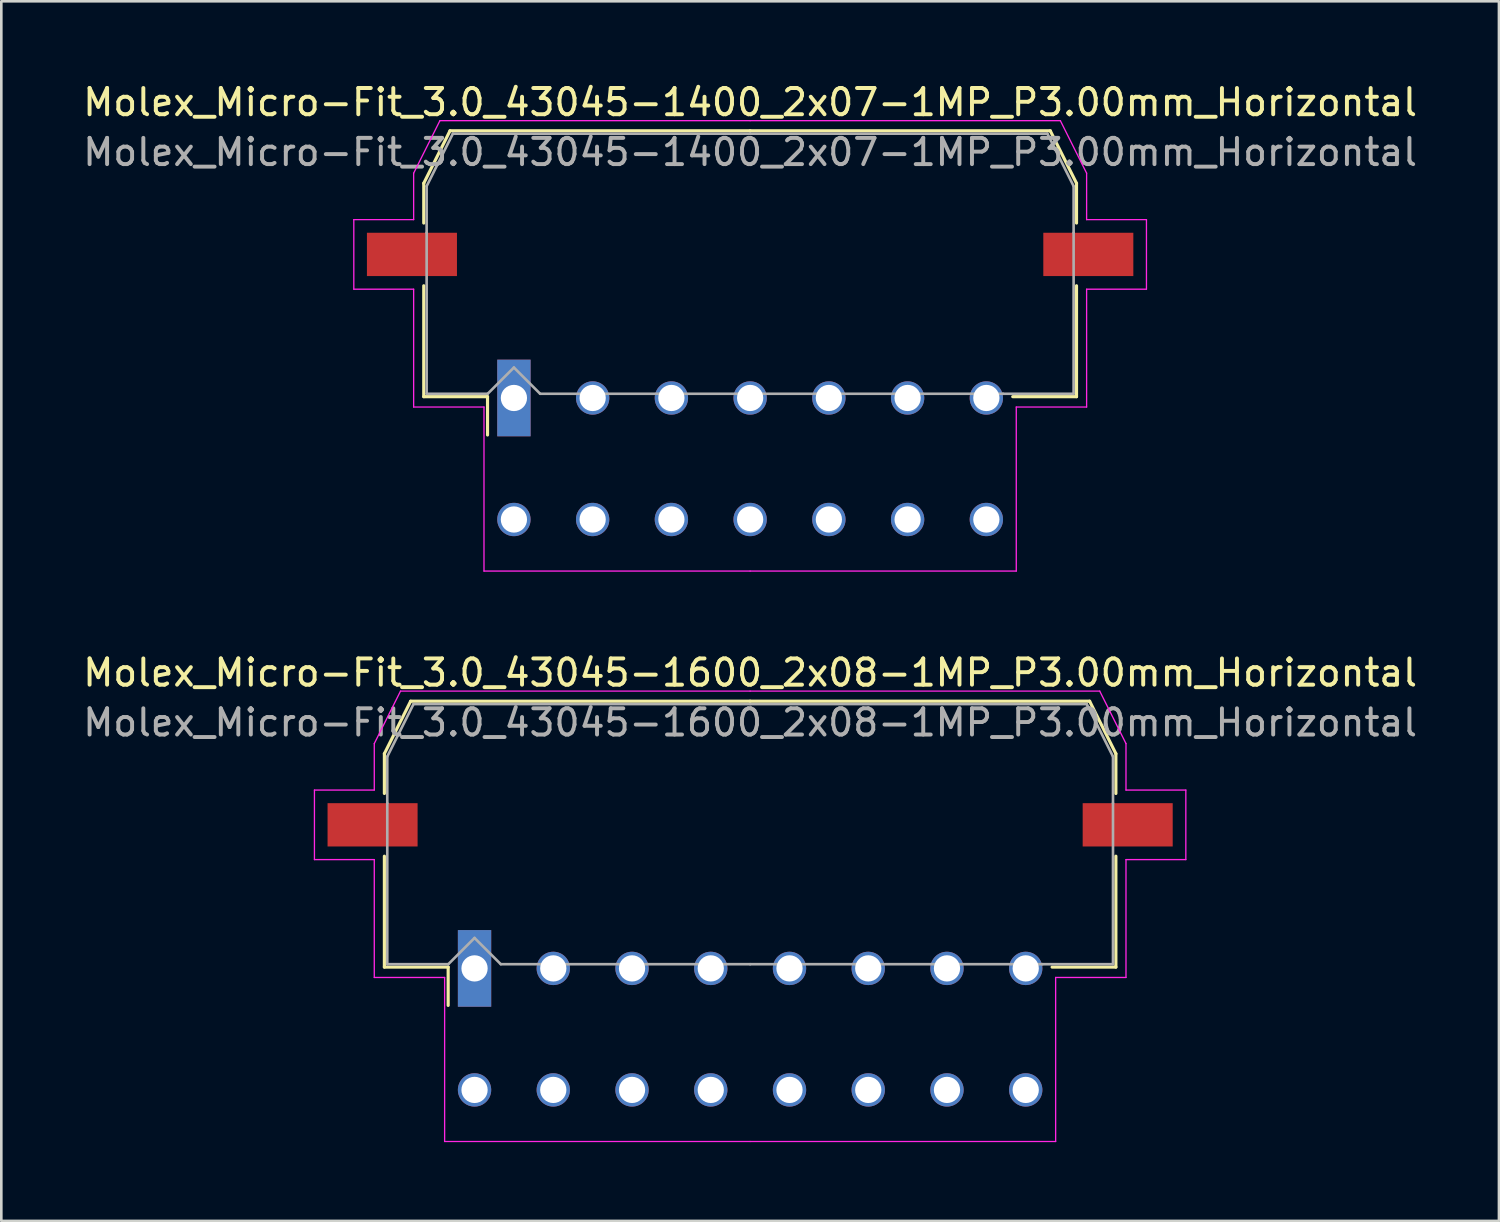
<source format=kicad_pcb>
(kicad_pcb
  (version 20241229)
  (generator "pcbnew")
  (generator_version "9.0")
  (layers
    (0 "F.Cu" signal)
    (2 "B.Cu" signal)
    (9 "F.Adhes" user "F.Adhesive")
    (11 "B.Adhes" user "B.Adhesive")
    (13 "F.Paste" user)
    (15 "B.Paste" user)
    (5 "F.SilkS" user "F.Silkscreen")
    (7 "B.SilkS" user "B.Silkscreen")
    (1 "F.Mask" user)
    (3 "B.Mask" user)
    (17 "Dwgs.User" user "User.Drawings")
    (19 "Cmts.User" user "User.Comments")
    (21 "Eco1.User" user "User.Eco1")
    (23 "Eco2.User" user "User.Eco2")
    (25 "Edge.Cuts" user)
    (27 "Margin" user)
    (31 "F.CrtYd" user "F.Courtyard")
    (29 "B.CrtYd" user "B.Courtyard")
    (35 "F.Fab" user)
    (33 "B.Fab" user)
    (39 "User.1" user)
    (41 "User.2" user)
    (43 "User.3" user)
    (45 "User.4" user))
  (footprint "Molex_Micro-Fit_3.0_43045-1600_2x08-1MP_P3.00mm_Horizontal"
    (layer "F.Cu")
    (at 25.53 36.161)
    (property "Reference" "Molex_Micro-Fit_3.0_43045-1600_2x08-1MP_P3.00mm_Horizontal" (at 0 -13.58 0) (layer "F.SilkS") (effects (font (size 1 1) (thickness 0.15))))
    (attr through_hole)
    (fp_line (start -13.935 -10.495) (end -13.935 -8.98) (stroke (width 0.12) (type solid)) (layer "F.SilkS"))
    (fp_line (start -13.935 -6.59) (end -13.935 -2.365) (stroke (width 0.12) (type solid)) (layer "F.SilkS"))
    (fp_line (start -13.935 -2.365) (end -11.505 -2.365) (stroke (width 0.12) (type solid)) (layer "F.SilkS"))
    (fp_line (start -12.935 -12.495) (end -13.935 -10.495) (stroke (width 0.12) (type solid)) (layer "F.SilkS"))
    (fp_line (start -11.505 -2.365) (end -11.505 -0.905) (stroke (width 0.12) (type solid)) (layer "F.SilkS"))
    (fp_line (start 0 -12.495) (end -12.935 -12.495) (stroke (width 0.12) (type solid)) (layer "F.SilkS"))
    (fp_line (start 0 -12.495) (end 12.935 -12.495) (stroke (width 0.12) (type solid)) (layer "F.SilkS"))
    (fp_line (start 12.935 -12.495) (end 13.935 -10.495) (stroke (width 0.12) (type solid)) (layer "F.SilkS"))
    (fp_line (start 13.935 -10.495) (end 13.935 -8.98) (stroke (width 0.12) (type solid)) (layer "F.SilkS"))
    (fp_line (start 13.935 -6.59) (end 13.935 -2.365) (stroke (width 0.12) (type solid)) (layer "F.SilkS"))
    (fp_line (start 13.935 -2.365) (end 11.505 -2.365) (stroke (width 0.12) (type solid)) (layer "F.SilkS"))
    (fp_line (start -16.6 -9.11) (end -16.6 -6.46) (stroke (width 0.05) (type solid)) (layer "F.CrtYd"))
    (fp_line (start -16.6 -6.46) (end -14.32 -6.46) (stroke (width 0.05) (type solid)) (layer "F.CrtYd"))
    (fp_line (start -14.32 -10.88) (end -14.32 -9.11) (stroke (width 0.05) (type solid)) (layer "F.CrtYd"))
    (fp_line (start -14.32 -9.11) (end -16.6 -9.11) (stroke (width 0.05) (type solid)) (layer "F.CrtYd"))
    (fp_line (start -14.32 -6.46) (end -14.32 -1.97) (stroke (width 0.05) (type solid)) (layer "F.CrtYd"))
    (fp_line (start -14.32 -1.97) (end -11.64 -1.97) (stroke (width 0.05) (type solid)) (layer "F.CrtYd"))
    (fp_line (start -13.32 -12.88) (end -14.32 -10.88) (stroke (width 0.05) (type solid)) (layer "F.CrtYd"))
    (fp_line (start -11.64 -1.97) (end -11.64 4.28) (stroke (width 0.05) (type solid)) (layer "F.CrtYd"))
    (fp_line (start -11.64 4.28) (end 0 4.28) (stroke (width 0.05) (type solid)) (layer "F.CrtYd"))
    (fp_line (start 0 -12.88) (end -13.32 -12.88) (stroke (width 0.05) (type solid)) (layer "F.CrtYd"))
    (fp_line (start 0 -12.88) (end 13.32 -12.88) (stroke (width 0.05) (type solid)) (layer "F.CrtYd"))
    (fp_line (start 11.64 -1.97) (end 11.64 4.28) (stroke (width 0.05) (type solid)) (layer "F.CrtYd"))
    (fp_line (start 11.64 4.28) (end 0 4.28) (stroke (width 0.05) (type solid)) (layer "F.CrtYd"))
    (fp_line (start 13.32 -12.88) (end 14.32 -10.88) (stroke (width 0.05) (type solid)) (layer "F.CrtYd"))
    (fp_line (start 14.32 -10.88) (end 14.32 -9.11) (stroke (width 0.05) (type solid)) (layer "F.CrtYd"))
    (fp_line (start 14.32 -9.11) (end 16.6 -9.11) (stroke (width 0.05) (type solid)) (layer "F.CrtYd"))
    (fp_line (start 14.32 -6.46) (end 14.32 -1.97) (stroke (width 0.05) (type solid)) (layer "F.CrtYd"))
    (fp_line (start 14.32 -1.97) (end 11.64 -1.97) (stroke (width 0.05) (type solid)) (layer "F.CrtYd"))
    (fp_line (start 16.6 -9.11) (end 16.6 -6.46) (stroke (width 0.05) (type solid)) (layer "F.CrtYd"))
    (fp_line (start 16.6 -6.46) (end 14.32 -6.46) (stroke (width 0.05) (type solid)) (layer "F.CrtYd"))
    (fp_line (start -13.825 -10.385) (end -13.825 -8.61) (stroke (width 0.1) (type solid)) (layer "F.Fab"))
    (fp_line (start -13.825 -8.61) (end -13.825 -2.475) (stroke (width 0.1) (type solid)) (layer "F.Fab"))
    (fp_line (start -13.825 -2.475) (end -11.5 -2.475) (stroke (width 0.1) (type solid)) (layer "F.Fab"))
    (fp_line (start -12.825 -12.385) (end -13.825 -10.385) (stroke (width 0.1) (type solid)) (layer "F.Fab"))
    (fp_line (start -11.5 -2.475) (end -10.5 -3.475) (stroke (width 0.1) (type solid)) (layer "F.Fab"))
    (fp_line (start -10.5 -3.475) (end -9.5 -2.475) (stroke (width 0.1) (type solid)) (layer "F.Fab"))
    (fp_line (start -9.5 -2.475) (end 0 -2.475) (stroke (width 0.1) (type solid)) (layer "F.Fab"))
    (fp_line (start 0 -12.385) (end -12.825 -12.385) (stroke (width 0.1) (type solid)) (layer "F.Fab"))
    (fp_line (start 0 -12.385) (end 12.825 -12.385) (stroke (width 0.1) (type solid)) (layer "F.Fab"))
    (fp_line (start 11.135 -2.475) (end 0 -2.475) (stroke (width 0.1) (type solid)) (layer "F.Fab"))
    (fp_line (start 12.825 -12.385) (end 13.825 -10.385) (stroke (width 0.1) (type solid)) (layer "F.Fab"))
    (fp_line (start 13.825 -10.385) (end 13.825 -8.61) (stroke (width 0.1) (type solid)) (layer "F.Fab"))
    (fp_line (start 13.825 -8.61) (end 13.825 -2.475) (stroke (width 0.1) (type solid)) (layer "F.Fab"))
    (fp_line (start 13.825 -2.475) (end 11.135 -2.475) (stroke (width 0.1) (type solid)) (layer "F.Fab"))
    (fp_text user "${REFERENCE}" (at 0 -11.68 0) (layer "F.Fab") (effects (font (size 1 1) (thickness 0.15))))
    (pad "1" thru_hole rect (at -10.5 -2.315) (size 1.27 2.92) (drill 1) (layers "*.Cu" "*.Mask"))
    (pad "2" thru_hole circle (at -7.5 -2.315) (size 1.27 1.27) (drill 1) (layers "*.Cu" "*.Mask"))
    (pad "3" thru_hole circle (at -4.5 -2.315) (size 1.27 1.27) (drill 1) (layers "*.Cu" "*.Mask"))
    (pad "4" thru_hole circle (at -1.5 -2.315) (size 1.27 1.27) (drill 1) (layers "*.Cu" "*.Mask"))
    (pad "5" thru_hole circle (at 1.5 -2.315) (size 1.27 1.27) (drill 1) (layers "*.Cu" "*.Mask"))
    (pad "6" thru_hole circle (at 4.5 -2.315) (size 1.27 1.27) (drill 1) (layers "*.Cu" "*.Mask"))
    (pad "7" thru_hole circle (at 7.5 -2.315) (size 1.27 1.27) (drill 1) (layers "*.Cu" "*.Mask"))
    (pad "8" thru_hole circle (at 10.5 -2.315) (size 1.27 1.27) (drill 1) (layers "*.Cu" "*.Mask"))
    (pad "9" thru_hole circle (at -10.5 2.315) (size 1.27 1.27) (drill 1) (layers "*.Cu" "*.Mask"))
    (pad "10" thru_hole circle (at -7.5 2.315) (size 1.27 1.27) (drill 1) (layers "*.Cu" "*.Mask"))
    (pad "11" thru_hole circle (at -4.5 2.315) (size 1.27 1.27) (drill 1) (layers "*.Cu" "*.Mask"))
    (pad "12" thru_hole circle (at -1.5 2.315) (size 1.27 1.27) (drill 1) (layers "*.Cu" "*.Mask"))
    (pad "13" thru_hole circle (at 1.5 2.315) (size 1.27 1.27) (drill 1) (layers "*.Cu" "*.Mask"))
    (pad "14" thru_hole circle (at 4.5 2.315) (size 1.27 1.27) (drill 1) (layers "*.Cu" "*.Mask"))
    (pad "15" thru_hole circle (at 7.5 2.315) (size 1.27 1.27) (drill 1) (layers "*.Cu" "*.Mask"))
    (pad "16" thru_hole circle (at 10.5 2.315) (size 1.27 1.27) (drill 1) (layers "*.Cu" "*.Mask"))
    (pad "MP" smd rect (at -14.385 -7.785) (size 3.43 1.65) (layers "F.Cu" "F.Mask" "F.Paste"))
    (pad "MP" smd rect (at 14.385 -7.785) (size 3.43 1.65) (layers "F.Cu" "F.Mask" "F.Paste")))
  (footprint "Molex_Micro-Fit_3.0_43045-1400_2x07-1MP_P3.00mm_Horizontal"
    (layer "F.Cu")
    (at 25.53 14.428)
    (property "Reference" "Molex_Micro-Fit_3.0_43045-1400_2x07-1MP_P3.00mm_Horizontal" (at 0 -13.58 0) (layer "F.SilkS") (effects (font (size 1 1) (thickness 0.15))))
    (attr through_hole)
    (fp_line (start -12.435 -10.495) (end -12.435 -8.98) (stroke (width 0.12) (type solid)) (layer "F.SilkS"))
    (fp_line (start -12.435 -6.59) (end -12.435 -2.365) (stroke (width 0.12) (type solid)) (layer "F.SilkS"))
    (fp_line (start -12.435 -2.365) (end -10.005 -2.365) (stroke (width 0.12) (type solid)) (layer "F.SilkS"))
    (fp_line (start -11.435 -12.495) (end -12.435 -10.495) (stroke (width 0.12) (type solid)) (layer "F.SilkS"))
    (fp_line (start -10.005 -2.365) (end -10.005 -0.905) (stroke (width 0.12) (type solid)) (layer "F.SilkS"))
    (fp_line (start 0 -12.495) (end -11.435 -12.495) (stroke (width 0.12) (type solid)) (layer "F.SilkS"))
    (fp_line (start 0 -12.495) (end 11.435 -12.495) (stroke (width 0.12) (type solid)) (layer "F.SilkS"))
    (fp_line (start 11.435 -12.495) (end 12.435 -10.495) (stroke (width 0.12) (type solid)) (layer "F.SilkS"))
    (fp_line (start 12.435 -10.495) (end 12.435 -8.98) (stroke (width 0.12) (type solid)) (layer "F.SilkS"))
    (fp_line (start 12.435 -6.59) (end 12.435 -2.365) (stroke (width 0.12) (type solid)) (layer "F.SilkS"))
    (fp_line (start 12.435 -2.365) (end 10.005 -2.365) (stroke (width 0.12) (type solid)) (layer "F.SilkS"))
    (fp_line (start -15.1 -9.11) (end -15.1 -6.46) (stroke (width 0.05) (type solid)) (layer "F.CrtYd"))
    (fp_line (start -15.1 -6.46) (end -12.82 -6.46) (stroke (width 0.05) (type solid)) (layer "F.CrtYd"))
    (fp_line (start -12.82 -10.88) (end -12.82 -9.11) (stroke (width 0.05) (type solid)) (layer "F.CrtYd"))
    (fp_line (start -12.82 -9.11) (end -15.1 -9.11) (stroke (width 0.05) (type solid)) (layer "F.CrtYd"))
    (fp_line (start -12.82 -6.46) (end -12.82 -1.97) (stroke (width 0.05) (type solid)) (layer "F.CrtYd"))
    (fp_line (start -12.82 -1.97) (end -10.14 -1.97) (stroke (width 0.05) (type solid)) (layer "F.CrtYd"))
    (fp_line (start -11.82 -12.88) (end -12.82 -10.88) (stroke (width 0.05) (type solid)) (layer "F.CrtYd"))
    (fp_line (start -10.14 -1.97) (end -10.14 4.28) (stroke (width 0.05) (type solid)) (layer "F.CrtYd"))
    (fp_line (start -10.14 4.28) (end 0 4.28) (stroke (width 0.05) (type solid)) (layer "F.CrtYd"))
    (fp_line (start 0 -12.88) (end -11.82 -12.88) (stroke (width 0.05) (type solid)) (layer "F.CrtYd"))
    (fp_line (start 0 -12.88) (end 11.82 -12.88) (stroke (width 0.05) (type solid)) (layer "F.CrtYd"))
    (fp_line (start 10.14 -1.97) (end 10.14 4.28) (stroke (width 0.05) (type solid)) (layer "F.CrtYd"))
    (fp_line (start 10.14 4.28) (end 0 4.28) (stroke (width 0.05) (type solid)) (layer "F.CrtYd"))
    (fp_line (start 11.82 -12.88) (end 12.82 -10.88) (stroke (width 0.05) (type solid)) (layer "F.CrtYd"))
    (fp_line (start 12.82 -10.88) (end 12.82 -9.11) (stroke (width 0.05) (type solid)) (layer "F.CrtYd"))
    (fp_line (start 12.82 -9.11) (end 15.1 -9.11) (stroke (width 0.05) (type solid)) (layer "F.CrtYd"))
    (fp_line (start 12.82 -6.46) (end 12.82 -1.97) (stroke (width 0.05) (type solid)) (layer "F.CrtYd"))
    (fp_line (start 12.82 -1.97) (end 10.14 -1.97) (stroke (width 0.05) (type solid)) (layer "F.CrtYd"))
    (fp_line (start 15.1 -9.11) (end 15.1 -6.46) (stroke (width 0.05) (type solid)) (layer "F.CrtYd"))
    (fp_line (start 15.1 -6.46) (end 12.82 -6.46) (stroke (width 0.05) (type solid)) (layer "F.CrtYd"))
    (fp_line (start -12.325 -10.385) (end -12.325 -8.61) (stroke (width 0.1) (type solid)) (layer "F.Fab"))
    (fp_line (start -12.325 -8.61) (end -12.325 -2.475) (stroke (width 0.1) (type solid)) (layer "F.Fab"))
    (fp_line (start -12.325 -2.475) (end -10 -2.475) (stroke (width 0.1) (type solid)) (layer "F.Fab"))
    (fp_line (start -11.325 -12.385) (end -12.325 -10.385) (stroke (width 0.1) (type solid)) (layer "F.Fab"))
    (fp_line (start -10 -2.475) (end -9 -3.475) (stroke (width 0.1) (type solid)) (layer "F.Fab"))
    (fp_line (start -9 -3.475) (end -8 -2.475) (stroke (width 0.1) (type solid)) (layer "F.Fab"))
    (fp_line (start -8 -2.475) (end 0 -2.475) (stroke (width 0.1) (type solid)) (layer "F.Fab"))
    (fp_line (start 0 -12.385) (end -11.325 -12.385) (stroke (width 0.1) (type solid)) (layer "F.Fab"))
    (fp_line (start 0 -12.385) (end 11.325 -12.385) (stroke (width 0.1) (type solid)) (layer "F.Fab"))
    (fp_line (start 9.635 -2.475) (end 0 -2.475) (stroke (width 0.1) (type solid)) (layer "F.Fab"))
    (fp_line (start 11.325 -12.385) (end 12.325 -10.385) (stroke (width 0.1) (type solid)) (layer "F.Fab"))
    (fp_line (start 12.325 -10.385) (end 12.325 -8.61) (stroke (width 0.1) (type solid)) (layer "F.Fab"))
    (fp_line (start 12.325 -8.61) (end 12.325 -2.475) (stroke (width 0.1) (type solid)) (layer "F.Fab"))
    (fp_line (start 12.325 -2.475) (end 9.635 -2.475) (stroke (width 0.1) (type solid)) (layer "F.Fab"))
    (fp_text user "${REFERENCE}" (at 0 -11.68 0) (layer "F.Fab") (effects (font (size 1 1) (thickness 0.15))))
    (pad "1" thru_hole rect (at -9 -2.315) (size 1.27 2.92) (drill 1) (layers "*.Cu" "*.Mask"))
    (pad "2" thru_hole circle (at -6 -2.315) (size 1.27 1.27) (drill 1) (layers "*.Cu" "*.Mask"))
    (pad "3" thru_hole circle (at -3 -2.315) (size 1.27 1.27) (drill 1) (layers "*.Cu" "*.Mask"))
    (pad "4" thru_hole circle (at 0 -2.315) (size 1.27 1.27) (drill 1) (layers "*.Cu" "*.Mask"))
    (pad "5" thru_hole circle (at 3 -2.315) (size 1.27 1.27) (drill 1) (layers "*.Cu" "*.Mask"))
    (pad "6" thru_hole circle (at 6 -2.315) (size 1.27 1.27) (drill 1) (layers "*.Cu" "*.Mask"))
    (pad "7" thru_hole circle (at 9 -2.315) (size 1.27 1.27) (drill 1) (layers "*.Cu" "*.Mask"))
    (pad "8" thru_hole circle (at -9 2.315) (size 1.27 1.27) (drill 1) (layers "*.Cu" "*.Mask"))
    (pad "9" thru_hole circle (at -6 2.315) (size 1.27 1.27) (drill 1) (layers "*.Cu" "*.Mask"))
    (pad "10" thru_hole circle (at -3 2.315) (size 1.27 1.27) (drill 1) (layers "*.Cu" "*.Mask"))
    (pad "11" thru_hole circle (at 0 2.315) (size 1.27 1.27) (drill 1) (layers "*.Cu" "*.Mask"))
    (pad "12" thru_hole circle (at 3 2.315) (size 1.27 1.27) (drill 1) (layers "*.Cu" "*.Mask"))
    (pad "13" thru_hole circle (at 6 2.315) (size 1.27 1.27) (drill 1) (layers "*.Cu" "*.Mask"))
    (pad "14" thru_hole circle (at 9 2.315) (size 1.27 1.27) (drill 1) (layers "*.Cu" "*.Mask"))
    (pad "MP" smd rect (at -12.885 -7.785) (size 3.43 1.65) (layers "F.Cu" "F.Mask" "F.Paste"))
    (pad "MP" smd rect (at 12.885 -7.785) (size 3.43 1.65) (layers "F.Cu" "F.Mask" "F.Paste")))
  (gr_rect
    (start -3 -3)
    (end 54.06 43.467)
    (stroke (width 0.1) (type default))
    (fill no)
    (layer "Edge.Cuts")))
</source>
